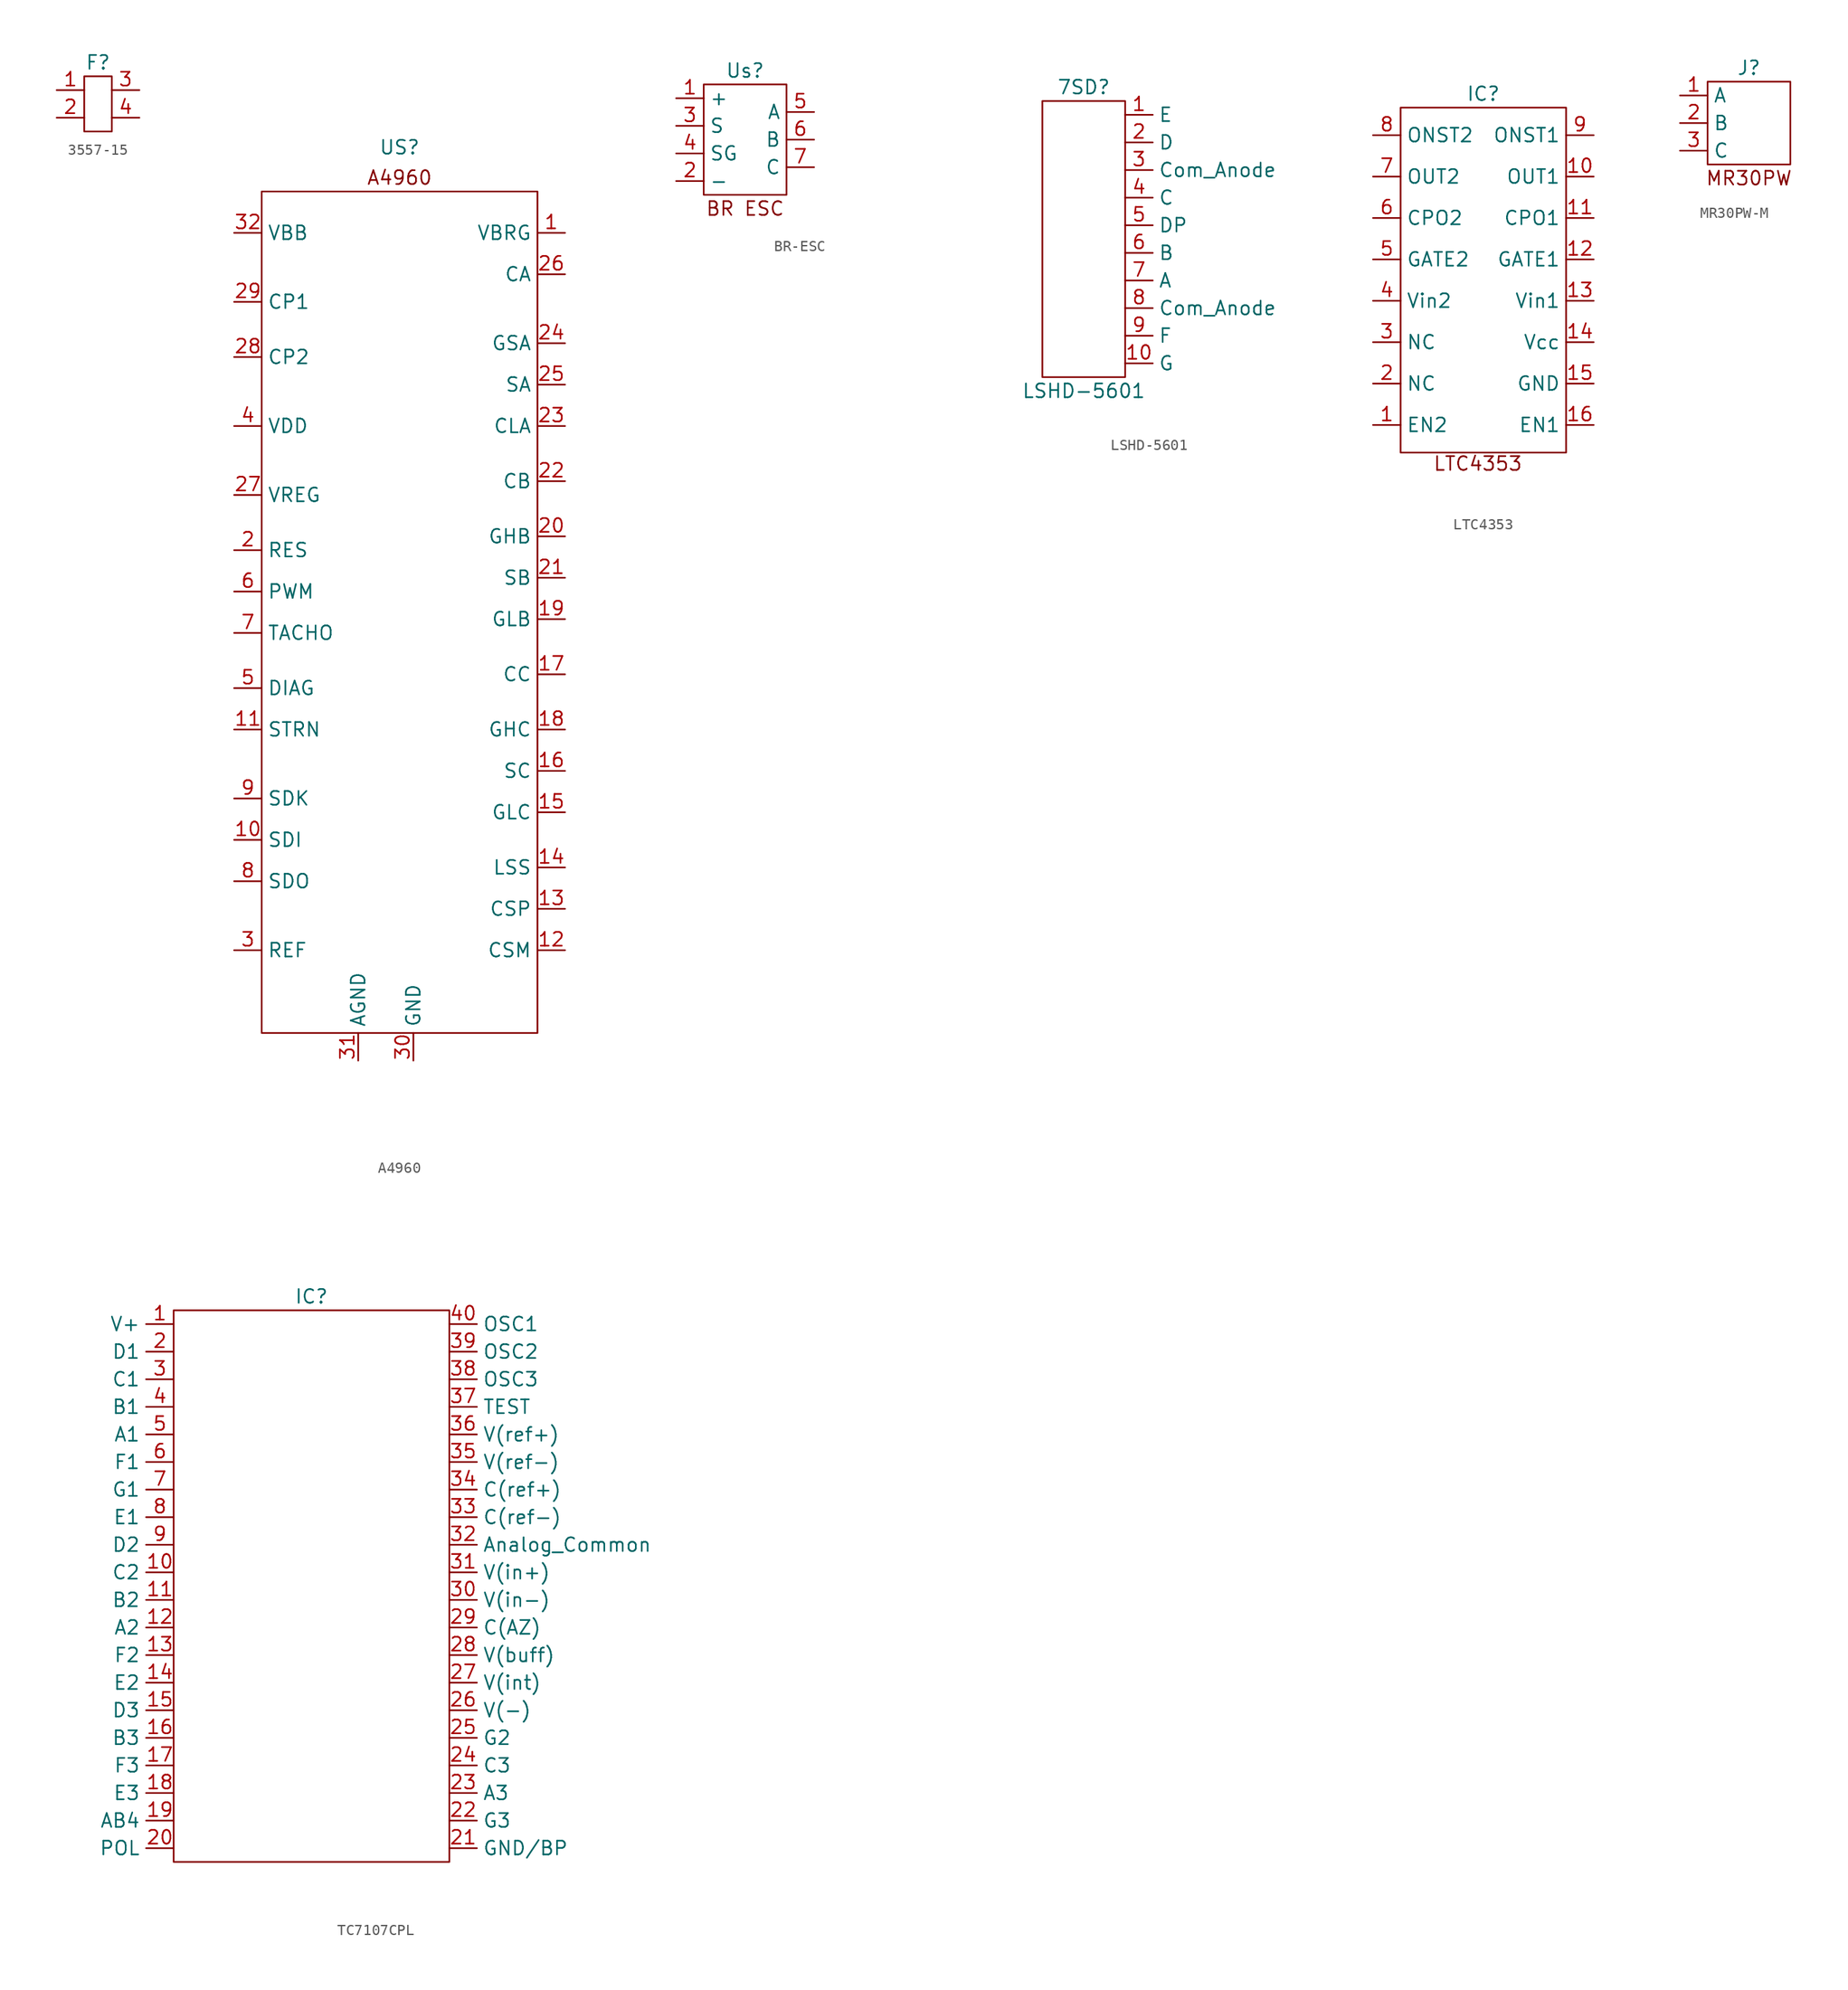
<source format=kicad_sym>
(kicad_symbol_lib
  (version 20231120)
  (generator "kicad_symbol_editor")
  (generator_version "8.0")
  (symbol "3557-15"
    (property "Reference" "F"
      (at 0 3.81 0)
      (effects (font (size 1.27 1.27))))
    (property "Value" ""
      (at -0.008 1.212 0)
      (effects (font (size 1.27 1.27))))
    (symbol "3557-15_0_1"
      (rectangle (start -1.27 2.54) (end 1.27 -2.54) (stroke (width 0) (type default)) (fill (type none))))
    (symbol "3557-15_1_1"
      (pin input line (at -3.81 1.27 0) (length 2.54) (name "" (effects (font (size 1.27 1.27)))) (number "1" (effects (font (size 1.27 1.27)))))
      (pin input line (at -3.81 -1.27 0) (length 2.54) (name "" (effects (font (size 1.27 1.27)))) (number "2" (effects (font (size 1.27 1.27)))))
      (pin output line (at 3.81 1.27 180) (length 2.54) (name "" (effects (font (size 1.27 1.27)))) (number "3" (effects (font (size 1.27 1.27)))))
      (pin output line (at 3.81 -1.27 180) (length 2.54) (name "" (effects (font (size 1.27 1.27)))) (number "4" (effects (font (size 1.27 1.27)))))))
  (symbol "A4960"
    (property "Reference" "US"
      (at 0 42.164 0)
      (effects (font (size 1.27 1.27))))
    (property "Value" ""
      (at 0 39.624 0)
      (effects (font (size 1.27 1.27))))
    (symbol "A4960_0_1"
      (rectangle (start -12.7 38.1) (end 12.7 -39.37) (stroke (width 0) (type default)) (fill (type none))))
    (symbol "A4960_1_1"
      (text "A4960" (at 0 39.37 0) (effects (font (size 1.27 1.27))))
      (pin unspecified line (at 15.24 34.29 180) (length 2.54) (name "VBRG" (effects (font (size 1.27 1.27)))) (number "1" (effects (font (size 1.27 1.27)))))
      (pin unspecified line (at -15.24 -21.59 0) (length 2.54) (name "SDI" (effects (font (size 1.27 1.27)))) (number "10" (effects (font (size 1.27 1.27)))))
      (pin unspecified line (at -15.24 -11.43 0) (length 2.54) (name "STRN" (effects (font (size 1.27 1.27)))) (number "11" (effects (font (size 1.27 1.27)))))
      (pin unspecified line (at 15.24 -31.75 180) (length 2.54) (name "CSM" (effects (font (size 1.27 1.27)))) (number "12" (effects (font (size 1.27 1.27)))))
      (pin unspecified line (at 15.24 -27.94 180) (length 2.54) (name "CSP" (effects (font (size 1.27 1.27)))) (number "13" (effects (font (size 1.27 1.27)))))
      (pin unspecified line (at 15.24 -24.13 180) (length 2.54) (name "LSS" (effects (font (size 1.27 1.27)))) (number "14" (effects (font (size 1.27 1.27)))))
      (pin unspecified line (at 15.24 -19.05 180) (length 2.54) (name "GLC" (effects (font (size 1.27 1.27)))) (number "15" (effects (font (size 1.27 1.27)))))
      (pin unspecified line (at 15.24 -15.24 180) (length 2.54) (name "SC" (effects (font (size 1.27 1.27)))) (number "16" (effects (font (size 1.27 1.27)))))
      (pin unspecified line (at 15.24 -6.35 180) (length 2.54) (name "CC" (effects (font (size 1.27 1.27)))) (number "17" (effects (font (size 1.27 1.27)))))
      (pin unspecified line (at 15.24 -11.43 180) (length 2.54) (name "GHC" (effects (font (size 1.27 1.27)))) (number "18" (effects (font (size 1.27 1.27)))))
      (pin unspecified line (at 15.24 -1.27 180) (length 2.54) (name "GLB" (effects (font (size 1.27 1.27)))) (number "19" (effects (font (size 1.27 1.27)))))
      (pin unspecified line (at -15.24 5.08 0) (length 2.54) (name "RES" (effects (font (size 1.27 1.27)))) (number "2" (effects (font (size 1.27 1.27)))))
      (pin unspecified line (at 15.24 6.35 180) (length 2.54) (name "GHB" (effects (font (size 1.27 1.27)))) (number "20" (effects (font (size 1.27 1.27)))))
      (pin unspecified line (at 15.24 2.54 180) (length 2.54) (name "SB" (effects (font (size 1.27 1.27)))) (number "21" (effects (font (size 1.27 1.27)))))
      (pin unspecified line (at 15.24 11.43 180) (length 2.54) (name "CB" (effects (font (size 1.27 1.27)))) (number "22" (effects (font (size 1.27 1.27)))))
      (pin unspecified line (at 15.24 16.51 180) (length 2.54) (name "CLA" (effects (font (size 1.27 1.27)))) (number "23" (effects (font (size 1.27 1.27)))))
      (pin unspecified line (at 15.24 24.13 180) (length 2.54) (name "GSA" (effects (font (size 1.27 1.27)))) (number "24" (effects (font (size 1.27 1.27)))))
      (pin unspecified line (at 15.24 20.32 180) (length 2.54) (name "SA" (effects (font (size 1.27 1.27)))) (number "25" (effects (font (size 1.27 1.27)))))
      (pin unspecified line (at 15.24 30.48 180) (length 2.54) (name "CA" (effects (font (size 1.27 1.27)))) (number "26" (effects (font (size 1.27 1.27)))))
      (pin unspecified line (at -15.24 10.16 0) (length 2.54) (name "VREG" (effects (font (size 1.27 1.27)))) (number "27" (effects (font (size 1.27 1.27)))))
      (pin unspecified line (at -15.24 22.86 0) (length 2.54) (name "CP2" (effects (font (size 1.27 1.27)))) (number "28" (effects (font (size 1.27 1.27)))))
      (pin unspecified line (at -15.24 27.94 0) (length 2.54) (name "CP1" (effects (font (size 1.27 1.27)))) (number "29" (effects (font (size 1.27 1.27)))))
      (pin unspecified line (at -15.24 -31.75 0) (length 2.54) (name "REF" (effects (font (size 1.27 1.27)))) (number "3" (effects (font (size 1.27 1.27)))))
      (pin unspecified line (at 1.27 -41.91 90) (length 2.54) (name "GND" (effects (font (size 1.27 1.27)))) (number "30" (effects (font (size 1.27 1.27)))))
      (pin unspecified line (at -3.81 -41.91 90) (length 2.54) (name "AGND" (effects (font (size 1.27 1.27)))) (number "31" (effects (font (size 1.27 1.27)))))
      (pin unspecified line (at -15.24 34.29 0) (length 2.54) (name "VBB" (effects (font (size 1.27 1.27)))) (number "32" (effects (font (size 1.27 1.27)))))
      (pin unspecified line (at -15.24 16.51 0) (length 2.54) (name "VDD" (effects (font (size 1.27 1.27)))) (number "4" (effects (font (size 1.27 1.27)))))
      (pin unspecified line (at -15.24 -7.62 0) (length 2.54) (name "DIAG" (effects (font (size 1.27 1.27)))) (number "5" (effects (font (size 1.27 1.27)))))
      (pin unspecified line (at -15.24 1.27 0) (length 2.54) (name "PWM" (effects (font (size 1.27 1.27)))) (number "6" (effects (font (size 1.27 1.27)))))
      (pin unspecified line (at -15.24 -2.54 0) (length 2.54) (name "TACHO" (effects (font (size 1.27 1.27)))) (number "7" (effects (font (size 1.27 1.27)))))
      (pin unspecified line (at -15.24 -25.4 0) (length 2.54) (name "SDO" (effects (font (size 1.27 1.27)))) (number "8" (effects (font (size 1.27 1.27)))))
      (pin unspecified line (at -15.24 -17.78 0) (length 2.54) (name "SDK" (effects (font (size 1.27 1.27)))) (number "9" (effects (font (size 1.27 1.27)))))))
  (symbol "BR-ESC"
    (property "Reference" "Us"
      (at 0 6.35 0)
      (effects (font (size 1.27 1.27))))
    (property "Value" ""
      (at 16.51 -1.27 0)
      (effects (font (size 1.27 1.27))))
    (symbol "BR-ESC_0_1"
      (rectangle (start -3.81 5.08) (end 3.81 -5.08) (stroke (width 0) (type default)) (fill (type none))))
    (symbol "BR-ESC_1_1"
      (text "BR ESC" (at 0 -6.35 0) (effects (font (size 1.27 1.27))))
      (pin power_in line (at -6.35 3.81 0) (length 2.54) (name "+" (effects (font (size 1.27 1.27)))) (number "1" (effects (font (size 1.27 1.27)))) (alternate "Left to S" output line))
      (pin power_in line (at -6.35 -3.81 0) (length 2.54) (name "-" (effects (font (size 1.27 1.27)))) (number "2" (effects (font (size 1.27 1.27)))) (alternate "Right to SG" output line))
      (pin input line (at -6.35 1.27 0) (length 2.54) (name "S" (effects (font (size 1.27 1.27)))) (number "3" (effects (font (size 1.27 1.27)))) (alternate "White left wire on bottom small box" output line))
      (pin input line (at -6.35 -1.27 0) (length 2.54) (name "SG" (effects (font (size 1.27 1.27)))) (number "4" (effects (font (size 1.27 1.27)))) (alternate "Black wire on right small bottom block" output line))
      (pin output line (at 6.35 2.54 180) (length 2.54) (name "A" (effects (font (size 1.27 1.27)))) (number "5" (effects (font (size 1.27 1.27)))) (alternate "Left White top block" output line))
      (pin output line (at 6.35 0 180) (length 2.54) (name "B" (effects (font (size 1.27 1.27)))) (number "6" (effects (font (size 1.27 1.27)))) (alternate "Mid green top block" output line))
      (pin output line (at 6.35 -2.54 180) (length 2.54) (name "C" (effects (font (size 1.27 1.27)))) (number "7" (effects (font (size 1.27 1.27)))) (alternate "Right Blue Top block" output line))))
  (symbol "LSHD-5601"
    (property "Reference" "7SD"
      (at 0 12.7 0)
      (effects (font (size 1.27 1.27))))
    (property "Value" "LSHD-5601"
      (at 0 -15.24 0)
      (effects (font (size 1.27 1.27))))
    (symbol "LSHD-5601_0_1"
      (rectangle (start -3.81 11.43) (end 3.81 -13.97) (stroke (width 0) (type default)) (fill (type none))))
    (symbol "LSHD-5601_1_1"
      (pin output line (at 3.81 10.16 0) (length 2.54) (name "E" (effects (font (size 1.27 1.27)))) (number "1" (effects (font (size 1.27 1.27)))))
      (pin output line (at 3.81 -12.7 0) (length 2.54) (name "G" (effects (font (size 1.27 1.27)))) (number "10" (effects (font (size 1.27 1.27)))))
      (pin output line (at 3.81 7.62 0) (length 2.54) (name "D" (effects (font (size 1.27 1.27)))) (number "2" (effects (font (size 1.27 1.27)))))
      (pin output line (at 3.81 5.08 0) (length 2.54) (name "Com_Anode" (effects (font (size 1.27 1.27)))) (number "3" (effects (font (size 1.27 1.27)))))
      (pin output line (at 3.81 2.54 0) (length 2.54) (name "C" (effects (font (size 1.27 1.27)))) (number "4" (effects (font (size 1.27 1.27)))))
      (pin output line (at 3.81 0 0) (length 2.54) (name "DP" (effects (font (size 1.27 1.27)))) (number "5" (effects (font (size 1.27 1.27)))))
      (pin output line (at 3.81 -2.54 0) (length 2.54) (name "B" (effects (font (size 1.27 1.27)))) (number "6" (effects (font (size 1.27 1.27)))))
      (pin output line (at 3.81 -5.08 0) (length 2.54) (name "A" (effects (font (size 1.27 1.27)))) (number "7" (effects (font (size 1.27 1.27)))))
      (pin output line (at 3.81 -7.62 0) (length 2.54) (name "Com_Anode" (effects (font (size 1.27 1.27)))) (number "8" (effects (font (size 1.27 1.27)))))
      (pin output line (at 3.81 -10.16 0) (length 2.54) (name "F" (effects (font (size 1.27 1.27)))) (number "9" (effects (font (size 1.27 1.27)))))))
  (symbol "LTC4353"
    (property "Reference" "IC"
      (at 0 17.78 0)
      (effects (font (size 1.27 1.27))))
    (property "Value" ""
      (at 0 17.78 0)
      (effects (font (size 1.27 1.27))))
    (symbol "LTC4353_0_1"
      (rectangle (start -7.62 16.51) (end 7.62 -15.24) (stroke (width 0) (type default)) (fill (type none))))
    (symbol "LTC4353_1_1"
      (text "LTC4353" (at -0.508 -16.256 0) (effects (font (size 1.27 1.27))))
      (pin input line (at -10.16 -12.7 0) (length 2.54) (name "EN2" (effects (font (size 1.27 1.27)))) (number "1" (effects (font (size 1.27 1.27)))))
      (pin input line (at 10.16 10.16 180) (length 2.54) (name "OUT1" (effects (font (size 1.27 1.27)))) (number "10" (effects (font (size 1.27 1.27)))))
      (pin input line (at 10.16 6.35 180) (length 2.54) (name "CPO1" (effects (font (size 1.27 1.27)))) (number "11" (effects (font (size 1.27 1.27)))))
      (pin output line (at 10.16 2.54 180) (length 2.54) (name "GATE1" (effects (font (size 1.27 1.27)))) (number "12" (effects (font (size 1.27 1.27)))))
      (pin input line (at 10.16 -1.27 180) (length 2.54) (name "Vin1" (effects (font (size 1.27 1.27)))) (number "13" (effects (font (size 1.27 1.27)))))
      (pin input line (at 10.16 -5.08 180) (length 2.54) (name "Vcc" (effects (font (size 1.27 1.27)))) (number "14" (effects (font (size 1.27 1.27)))))
      (pin input line (at 10.16 -8.89 180) (length 2.54) (name "GND" (effects (font (size 1.27 1.27)))) (number "15" (effects (font (size 1.27 1.27)))))
      (pin input line (at 10.16 -12.7 180) (length 2.54) (name "EN1" (effects (font (size 1.27 1.27)))) (number "16" (effects (font (size 1.27 1.27)))))
      (pin input line (at -10.16 -8.89 0) (length 2.54) (name "NC" (effects (font (size 1.27 1.27)))) (number "2" (effects (font (size 1.27 1.27)))))
      (pin input line (at -10.16 -5.08 0) (length 2.54) (name "NC" (effects (font (size 1.27 1.27)))) (number "3" (effects (font (size 1.27 1.27)))))
      (pin input line (at -10.16 -1.27 0) (length 2.54) (name "Vin2" (effects (font (size 1.27 1.27)))) (number "4" (effects (font (size 1.27 1.27)))))
      (pin output line (at -10.16 2.54 0) (length 2.54) (name "GATE2" (effects (font (size 1.27 1.27)))) (number "5" (effects (font (size 1.27 1.27)))))
      (pin input line (at -10.16 6.35 0) (length 2.54) (name "CPO2" (effects (font (size 1.27 1.27)))) (number "6" (effects (font (size 1.27 1.27)))))
      (pin output line (at -10.16 10.16 0) (length 2.54) (name "OUT2" (effects (font (size 1.27 1.27)))) (number "7" (effects (font (size 1.27 1.27)))))
      (pin input line (at -10.16 13.97 0) (length 2.54) (name "ONST2" (effects (font (size 1.27 1.27)))) (number "8" (effects (font (size 1.27 1.27)))))
      (pin input line (at 10.16 13.97 180) (length 2.54) (name "ONST1" (effects (font (size 1.27 1.27)))) (number "9" (effects (font (size 1.27 1.27)))))))
  (symbol "MR30PW-M"
    (property "Reference" "J"
      (at 0 3.81 0)
      (effects (font (size 1.27 1.27))))
    (property "Value" ""
      (at 0 0 0)
      (effects (font (size 1.27 1.27))))
    (symbol "MR30PW-M_0_1"
      (rectangle (start -3.81 2.54) (end 3.81 -5.08) (stroke (width 0) (type default)) (fill (type none))))
    (symbol "MR30PW-M_1_1"
      (text "MR30PW" (at 0 -6.35 0) (effects (font (size 1.27 1.27))))
      (pin output line (at -6.35 1.27 0) (length 2.54) (name "A" (effects (font (size 1.27 1.27)))) (number "1" (effects (font (size 1.27 1.27)))))
      (pin output line (at -6.35 -1.27 0) (length 2.54) (name "B" (effects (font (size 1.27 1.27)))) (number "2" (effects (font (size 1.27 1.27)))))
      (pin output line (at -6.35 -3.81 0) (length 2.54) (name "C" (effects (font (size 1.27 1.27)))) (number "3" (effects (font (size 1.27 1.27)))))))
  (symbol "TC7107CPL"
    (property "Reference" "IC"
      (at 0 7.62 0)
      (effects (font (size 1.27 1.27))))
    (property "Value" ""
      (at 6.35 0 0)
      (effects (font (size 1.27 1.27))))
    (symbol "TC7107CPL_0_1"
      (rectangle (start -12.7 6.35) (end 12.7 -44.45) (stroke (width 0) (type default)) (fill (type none))))
    (symbol "TC7107CPL_1_1"
      (pin output line (at -12.7 5.08 180) (length 2.54) (name "V+" (effects (font (size 1.27 1.27)))) (number "1" (effects (font (size 1.27 1.27)))))
      (pin output line (at -12.7 -17.78 180) (length 2.54) (name "C2" (effects (font (size 1.27 1.27)))) (number "10" (effects (font (size 1.27 1.27)))))
      (pin output line (at -12.7 -20.32 180) (length 2.54) (name "B2" (effects (font (size 1.27 1.27)))) (number "11" (effects (font (size 1.27 1.27)))))
      (pin output line (at -12.7 -22.86 180) (length 2.54) (name "A2" (effects (font (size 1.27 1.27)))) (number "12" (effects (font (size 1.27 1.27)))))
      (pin output line (at -12.7 -25.4 180) (length 2.54) (name "F2" (effects (font (size 1.27 1.27)))) (number "13" (effects (font (size 1.27 1.27)))))
      (pin output line (at -12.7 -27.94 180) (length 2.54) (name "E2" (effects (font (size 1.27 1.27)))) (number "14" (effects (font (size 1.27 1.27)))))
      (pin output line (at -12.7 -30.48 180) (length 2.54) (name "D3" (effects (font (size 1.27 1.27)))) (number "15" (effects (font (size 1.27 1.27)))))
      (pin output line (at -12.7 -33.02 180) (length 2.54) (name "B3" (effects (font (size 1.27 1.27)))) (number "16" (effects (font (size 1.27 1.27)))))
      (pin output line (at -12.7 -35.56 180) (length 2.54) (name "F3" (effects (font (size 1.27 1.27)))) (number "17" (effects (font (size 1.27 1.27)))))
      (pin output line (at -12.7 -38.1 180) (length 2.54) (name "E3" (effects (font (size 1.27 1.27)))) (number "18" (effects (font (size 1.27 1.27)))))
      (pin output line (at -12.7 -40.64 180) (length 2.54) (name "AB4" (effects (font (size 1.27 1.27)))) (number "19" (effects (font (size 1.27 1.27)))))
      (pin output line (at -12.7 2.54 180) (length 2.54) (name "D1" (effects (font (size 1.27 1.27)))) (number "2" (effects (font (size 1.27 1.27)))))
      (pin output line (at -12.7 -43.18 180) (length 2.54) (name "POL" (effects (font (size 1.27 1.27)))) (number "20" (effects (font (size 1.27 1.27)))))
      (pin output line (at 12.7 -43.18 0) (length 2.54) (name "GND/BP" (effects (font (size 1.27 1.27)))) (number "21" (effects (font (size 1.27 1.27)))))
      (pin output line (at 12.7 -40.64 0) (length 2.54) (name "G3" (effects (font (size 1.27 1.27)))) (number "22" (effects (font (size 1.27 1.27)))))
      (pin output line (at 12.7 -38.1 0) (length 2.54) (name "A3" (effects (font (size 1.27 1.27)))) (number "23" (effects (font (size 1.27 1.27)))))
      (pin output line (at 12.7 -35.56 0) (length 2.54) (name "C3" (effects (font (size 1.27 1.27)))) (number "24" (effects (font (size 1.27 1.27)))))
      (pin output line (at 12.7 -33.02 0) (length 2.54) (name "G2" (effects (font (size 1.27 1.27)))) (number "25" (effects (font (size 1.27 1.27)))))
      (pin output line (at 12.7 -30.48 0) (length 2.54) (name "V(-)" (effects (font (size 1.27 1.27)))) (number "26" (effects (font (size 1.27 1.27)))))
      (pin output line (at 12.7 -27.94 0) (length 2.54) (name "V(int)" (effects (font (size 1.27 1.27)))) (number "27" (effects (font (size 1.27 1.27)))))
      (pin output line (at 12.7 -25.4 0) (length 2.54) (name "V(buff)" (effects (font (size 1.27 1.27)))) (number "28" (effects (font (size 1.27 1.27)))))
      (pin output line (at 12.7 -22.86 0) (length 2.54) (name "C(AZ)" (effects (font (size 1.27 1.27)))) (number "29" (effects (font (size 1.27 1.27)))))
      (pin output line (at -12.7 0 180) (length 2.54) (name "C1" (effects (font (size 1.27 1.27)))) (number "3" (effects (font (size 1.27 1.27)))))
      (pin output line (at 12.7 -20.32 0) (length 2.54) (name "V(in-)" (effects (font (size 1.27 1.27)))) (number "30" (effects (font (size 1.27 1.27)))))
      (pin output line (at 12.7 -17.78 0) (length 2.54) (name "V(in+)" (effects (font (size 1.27 1.27)))) (number "31" (effects (font (size 1.27 1.27)))))
      (pin output line (at 12.7 -15.24 0) (length 2.54) (name "Analog_Common" (effects (font (size 1.27 1.27)))) (number "32" (effects (font (size 1.27 1.27)))))
      (pin output line (at 12.7 -12.7 0) (length 2.54) (name "C(ref-)" (effects (font (size 1.27 1.27)))) (number "33" (effects (font (size 1.27 1.27)))))
      (pin output line (at 12.7 -10.16 0) (length 2.54) (name "C(ref+)" (effects (font (size 1.27 1.27)))) (number "34" (effects (font (size 1.27 1.27)))))
      (pin output line (at 12.7 -7.62 0) (length 2.54) (name "V(ref-)" (effects (font (size 1.27 1.27)))) (number "35" (effects (font (size 1.27 1.27)))))
      (pin output line (at 12.7 -5.08 0) (length 2.54) (name "V(ref+)" (effects (font (size 1.27 1.27)))) (number "36" (effects (font (size 1.27 1.27)))))
      (pin output line (at 12.7 -2.54 0) (length 2.54) (name "TEST" (effects (font (size 1.27 1.27)))) (number "37" (effects (font (size 1.27 1.27)))))
      (pin output line (at 12.7 0 0) (length 2.54) (name "OSC3" (effects (font (size 1.27 1.27)))) (number "38" (effects (font (size 1.27 1.27)))))
      (pin output line (at 12.7 2.54 0) (length 2.54) (name "OSC2" (effects (font (size 1.27 1.27)))) (number "39" (effects (font (size 1.27 1.27)))))
      (pin output line (at -12.7 -2.54 180) (length 2.54) (name "B1" (effects (font (size 1.27 1.27)))) (number "4" (effects (font (size 1.27 1.27)))))
      (pin output line (at 12.7 5.08 0) (length 2.54) (name "OSC1" (effects (font (size 1.27 1.27)))) (number "40" (effects (font (size 1.27 1.27)))))
      (pin output line (at -12.7 -5.08 180) (length 2.54) (name "A1" (effects (font (size 1.27 1.27)))) (number "5" (effects (font (size 1.27 1.27)))))
      (pin output line (at -12.7 -7.62 180) (length 2.54) (name "F1" (effects (font (size 1.27 1.27)))) (number "6" (effects (font (size 1.27 1.27)))))
      (pin output line (at -12.7 -10.16 180) (length 2.54) (name "G1" (effects (font (size 1.27 1.27)))) (number "7" (effects (font (size 1.27 1.27)))))
      (pin output line (at -12.7 -12.7 180) (length 2.54) (name "E1" (effects (font (size 1.27 1.27)))) (number "8" (effects (font (size 1.27 1.27)))))
      (pin output line (at -12.7 -15.24 180) (length 2.54) (name "D2" (effects (font (size 1.27 1.27)))) (number "9" (effects (font (size 1.27 1.27))))))))
</source>
